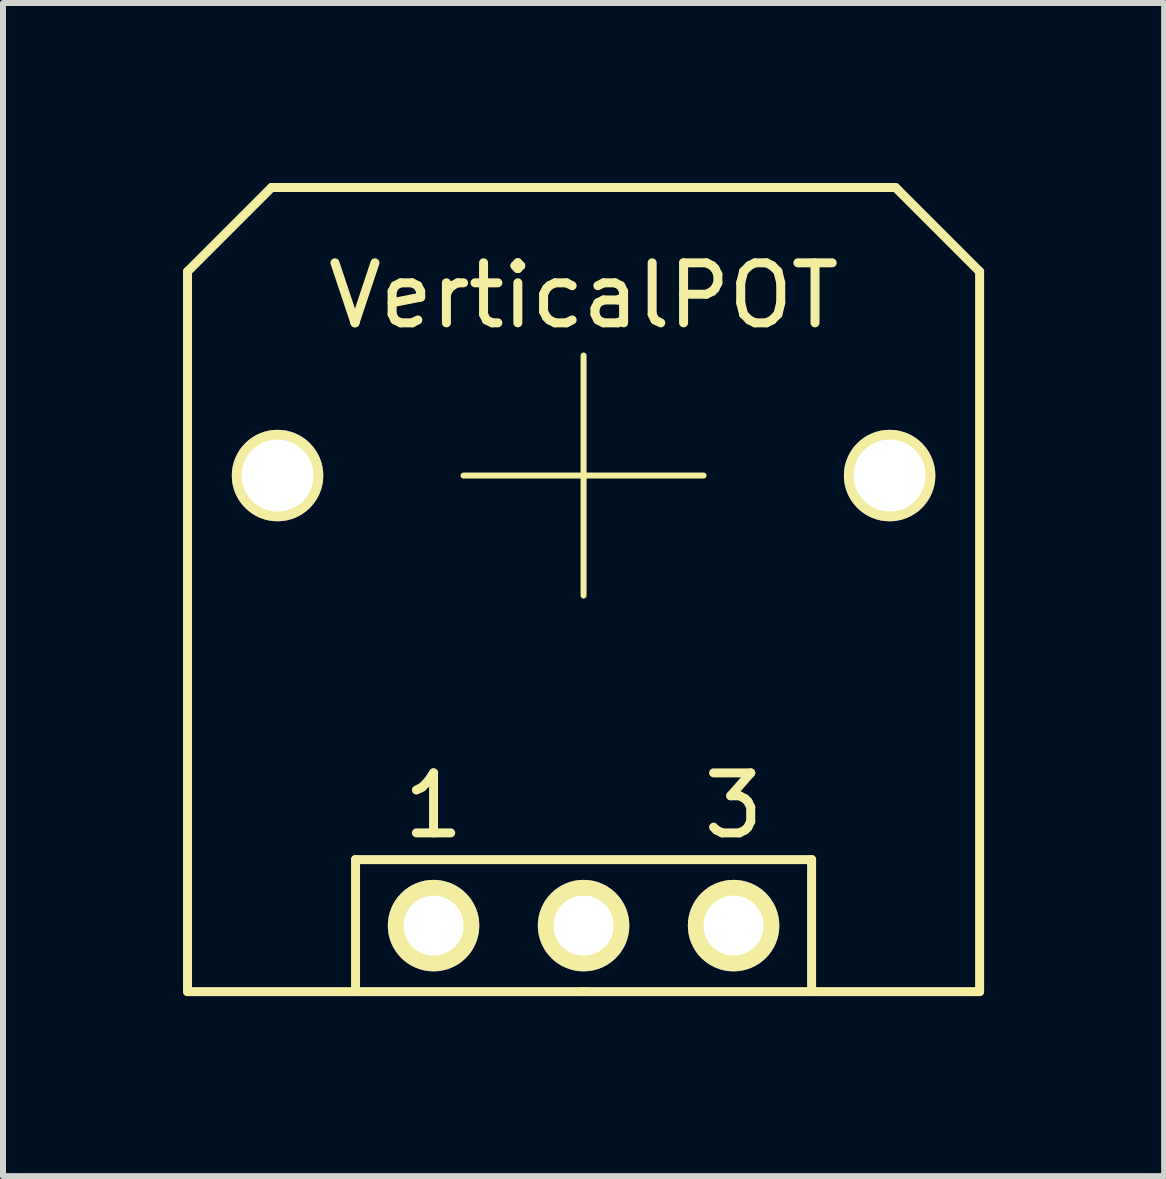
<source format=kicad_pcb>
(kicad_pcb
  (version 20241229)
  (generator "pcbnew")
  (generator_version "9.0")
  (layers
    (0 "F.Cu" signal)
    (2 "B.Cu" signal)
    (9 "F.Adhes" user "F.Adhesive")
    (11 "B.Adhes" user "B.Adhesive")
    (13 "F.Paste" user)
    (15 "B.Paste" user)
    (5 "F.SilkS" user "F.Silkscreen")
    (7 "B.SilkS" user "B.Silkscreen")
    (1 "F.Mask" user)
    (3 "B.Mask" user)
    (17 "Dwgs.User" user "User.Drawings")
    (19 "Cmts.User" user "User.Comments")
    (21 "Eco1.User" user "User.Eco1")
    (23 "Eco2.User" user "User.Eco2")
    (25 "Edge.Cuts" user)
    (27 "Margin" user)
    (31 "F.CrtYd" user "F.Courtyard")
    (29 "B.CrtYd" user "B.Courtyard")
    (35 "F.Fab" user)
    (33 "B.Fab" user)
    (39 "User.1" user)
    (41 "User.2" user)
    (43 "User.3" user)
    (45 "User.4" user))
  (footprint "VerticalPOT"
    (layer "F.Cu")
    (at 6.675 4.875)
    (property "Reference" "VerticalPOT" (at 0 -3 0) (layer "F.SilkS") (effects (font (size 1 1) (thickness 0.15))))
    (attr through_hole)
    (fp_line (start -6.6 -3.4) (end -5.2 -4.8) (stroke (width 0.15) (type solid)) (layer "F.SilkS"))
    (fp_line (start -6.6 8.6) (end -6.6 -3.4) (stroke (width 0.15) (type solid)) (layer "F.SilkS"))
    (fp_line (start -6.6 8.6) (end 0 8.6) (stroke (width 0.15) (type solid)) (layer "F.SilkS"))
    (fp_line (start -5.2 -4.8) (end 0 -4.8) (stroke (width 0.15) (type solid)) (layer "F.SilkS"))
    (fp_line (start -3.8 6.4) (end 3.8 6.4) (stroke (width 0.15) (type solid)) (layer "F.SilkS"))
    (fp_line (start -3.8 8.6) (end -3.8 6.4) (stroke (width 0.15) (type solid)) (layer "F.SilkS"))
    (fp_line (start -2 0) (end 2 0) (stroke (width 0.1) (type solid)) (layer "F.SilkS"))
    (fp_line (start 0 -4.8) (end 5.2 -4.8) (stroke (width 0.15) (type solid)) (layer "F.SilkS"))
    (fp_line (start 0 -2) (end 0 2) (stroke (width 0.1) (type solid)) (layer "F.SilkS"))
    (fp_line (start 3.8 6.4) (end 3.8 8.6) (stroke (width 0.15) (type solid)) (layer "F.SilkS"))
    (fp_line (start 6.6 -3.4) (end 5.2 -4.8) (stroke (width 0.15) (type solid)) (layer "F.SilkS"))
    (fp_line (start 6.6 -3.4) (end 6.6 8.6) (stroke (width 0.15) (type solid)) (layer "F.SilkS"))
    (fp_line (start 6.6 8.6) (end 0 8.6) (stroke (width 0.15) (type solid)) (layer "F.SilkS"))
    (fp_text user "3" (at 2.5 5.5 0) (layer "F.SilkS") (effects (font (size 1 1) (thickness 0.15))))
    (fp_text user "1" (at -2.5 5.5 0) (layer "F.SilkS") (effects (font (size 1 1) (thickness 0.15))))
    (pad "1" thru_hole circle (at -2.5 7.5) (size 1.524 1.524) (drill 1) (layers "*.Cu" "*.Mask" "F.SilkS"))
    (pad "2" thru_hole circle (at 0 7.5) (size 1.524 1.524) (drill 1) (layers "*.Cu" "*.Mask" "F.SilkS"))
    (pad "3" thru_hole circle (at 2.5 7.5) (size 1.524 1.524) (drill 1) (layers "*.Cu" "*.Mask" "F.SilkS"))
    (pad "4" thru_hole circle (at -5.1 0) (size 1.524 1.524) (drill 1.2) (layers "*.Cu" "*.Mask" "F.SilkS"))
    (pad "5" thru_hole circle (at 5.1 0) (size 1.524 1.524) (drill 1.2) (layers "*.Cu" "*.Mask" "F.SilkS")))
  (gr_rect
    (start -3 -3)
    (end 16.35 16.55)
    (stroke (width 0.1) (type default))
    (fill no)
    (layer "Edge.Cuts")))
</source>
